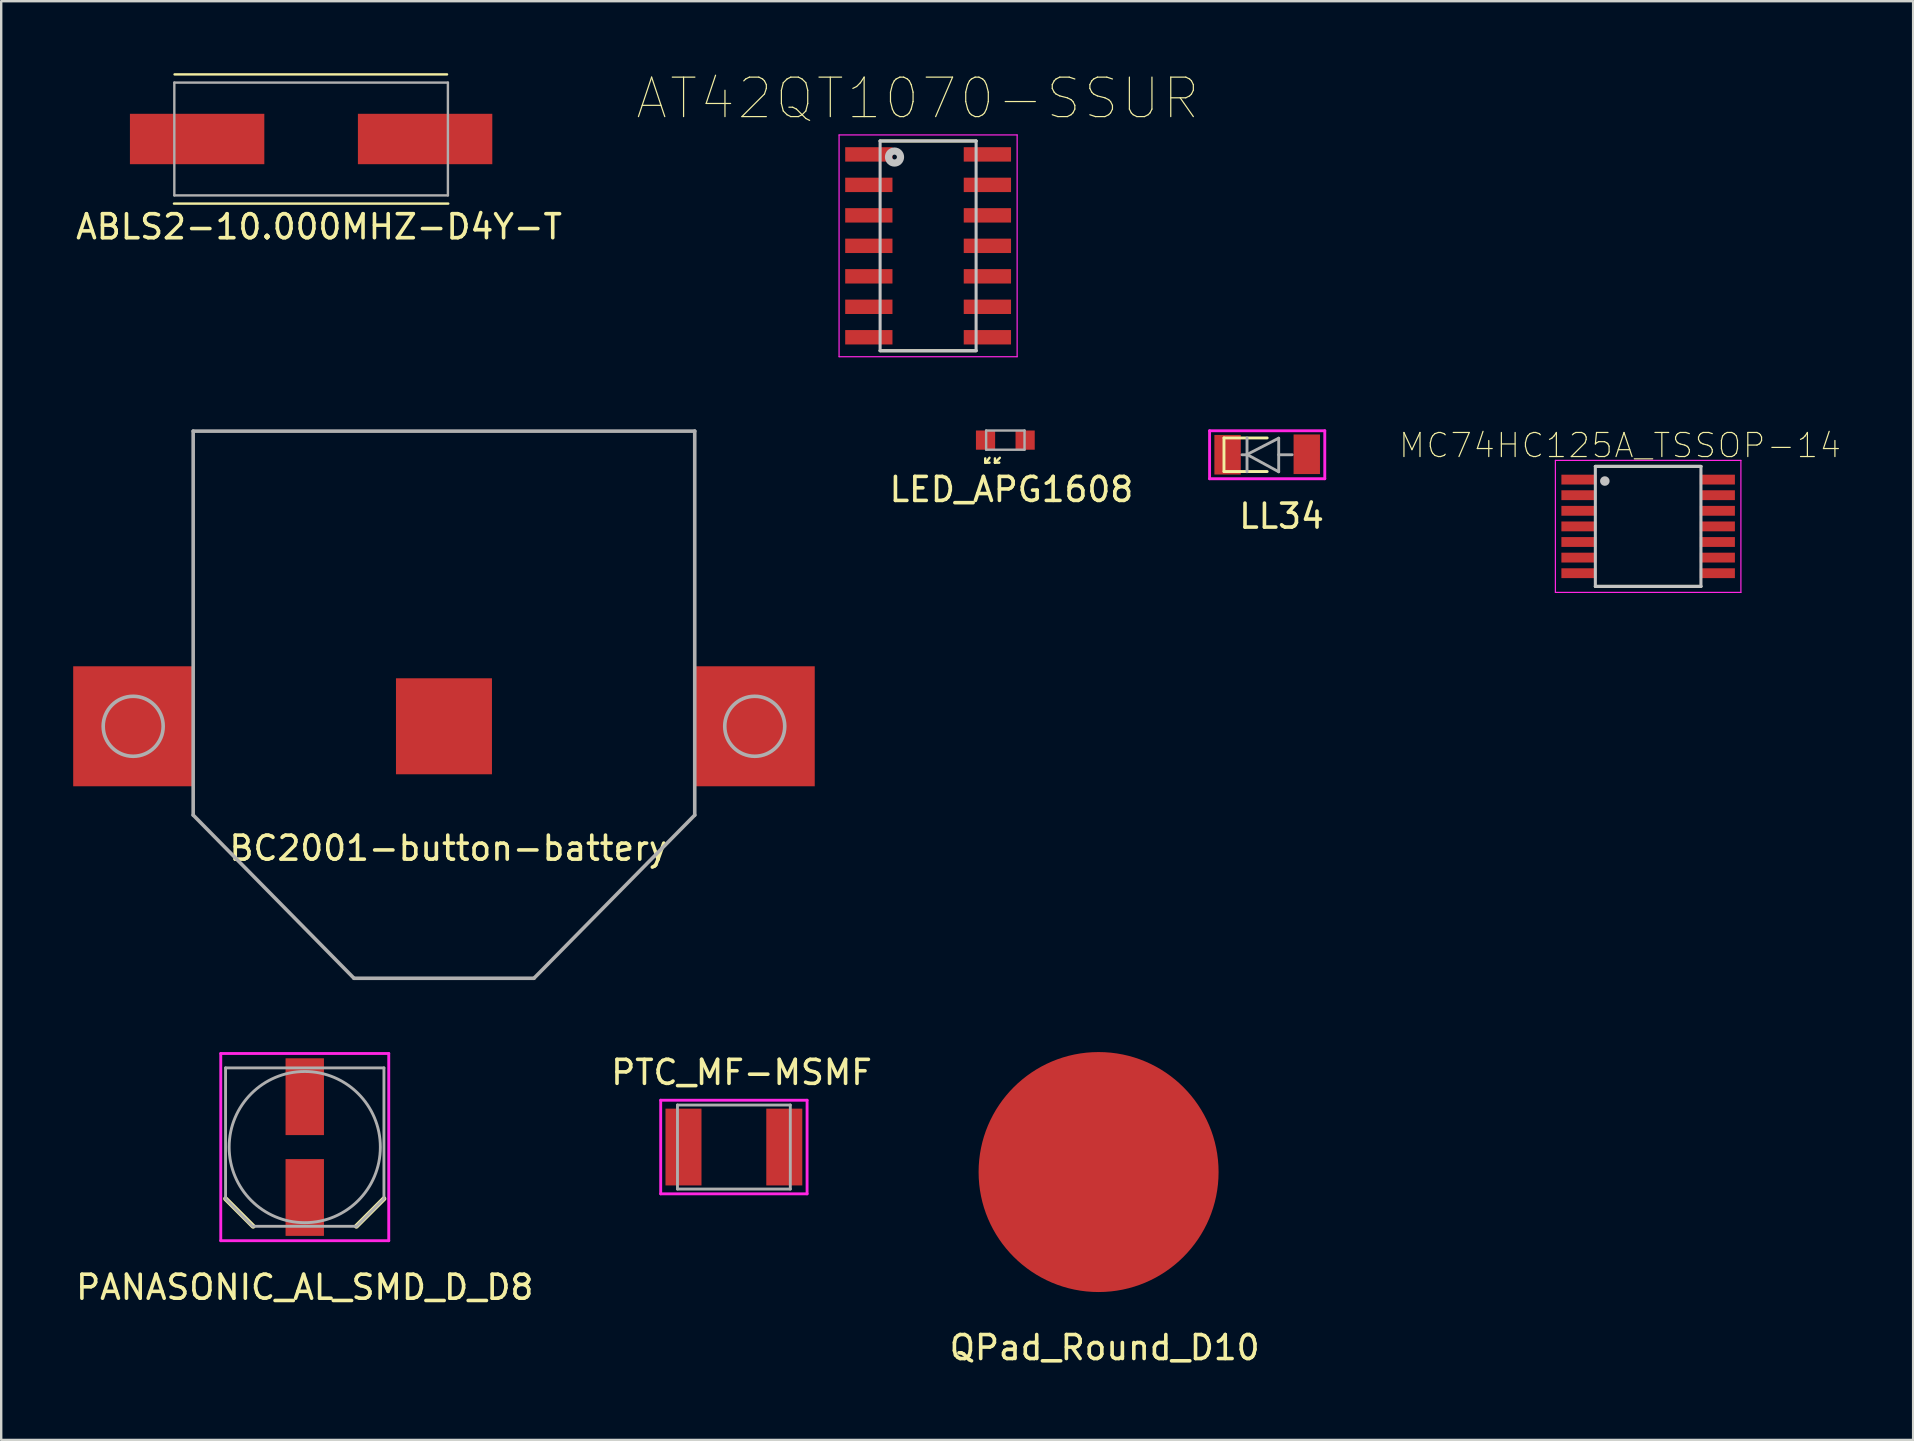
<source format=kicad_pcb>
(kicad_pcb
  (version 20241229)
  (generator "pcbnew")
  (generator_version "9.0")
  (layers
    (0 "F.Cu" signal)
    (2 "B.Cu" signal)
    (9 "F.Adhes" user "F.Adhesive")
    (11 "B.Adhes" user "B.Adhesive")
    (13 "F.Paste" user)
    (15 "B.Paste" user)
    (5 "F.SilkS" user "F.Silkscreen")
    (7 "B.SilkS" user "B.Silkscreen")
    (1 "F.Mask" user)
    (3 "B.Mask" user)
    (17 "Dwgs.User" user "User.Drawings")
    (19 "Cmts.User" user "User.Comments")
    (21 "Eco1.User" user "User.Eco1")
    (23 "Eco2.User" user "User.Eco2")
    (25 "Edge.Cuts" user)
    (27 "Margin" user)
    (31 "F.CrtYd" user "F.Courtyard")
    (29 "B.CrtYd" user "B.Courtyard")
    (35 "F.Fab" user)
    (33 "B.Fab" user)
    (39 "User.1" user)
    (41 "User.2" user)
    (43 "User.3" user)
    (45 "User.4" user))
  (footprint "ABLS2-10.000MHZ-D4Y-T"
    (layer "F.Cu")
    (at 9.914 2.742)
    (property "Reference" "ABLS2-10.000MHZ-D4Y-T" (at 0.33 3.658 0) (layer "F.SilkS") (effects (font (size 1 1) (thickness 0.15))))
    (attr through_hole)
    (fp_line (start -5.715 2.692) (end 5.715 2.692) (stroke (width 0.1) (type solid)) (layer "F.SilkS"))
    (fp_line (start -5.69 -2.692) (end 5.664 -2.692) (stroke (width 0.1) (type solid)) (layer "F.SilkS"))
    (fp_line (start -5.7 -2.35) (end -5.7 2.35) (stroke (width 0.1) (type solid)) (layer "F.Fab"))
    (fp_line (start -5.7 -2.35) (end 5.7 -2.35) (stroke (width 0.1) (type solid)) (layer "F.Fab"))
    (fp_line (start -5.7 2.35) (end 5.7 2.35) (stroke (width 0.1) (type solid)) (layer "F.Fab"))
    (fp_line (start 5.7 -2.35) (end 5.7 2.35) (stroke (width 0.1) (type solid)) (layer "F.Fab"))
    (pad "1" smd rect (at -4.75 0) (size 5.6 2.1) (layers "F.Cu" "F.Mask" "F.Paste"))
    (pad "2" smd rect (at 4.75 0) (size 5.6 2.1) (layers "F.Cu" "F.Mask" "F.Paste")))
  (footprint "BC2001-button-battery"
    (layer "F.Cu")
    (at 15.45 27.214)
    (property "Reference" "BC2001-button-battery" (at 0.183 5.08 0) (layer "F.SilkS") (effects (font (size 1 1) (thickness 0.15))))
    (attr through_hole)
    (fp_line (start -10.45 -12.3) (end -10.45 3.7) (stroke (width 0.15) (type solid)) (layer "F.Fab"))
    (fp_line (start -10.45 -12.3) (end 10.45 -12.3) (stroke (width 0.15) (type solid)) (layer "F.Fab"))
    (fp_line (start -10.45 3.7) (end -3.75 10.5) (stroke (width 0.15) (type solid)) (layer "F.Fab"))
    (fp_line (start -3.75 10.5) (end 3.75 10.5) (stroke (width 0.15) (type solid)) (layer "F.Fab"))
    (fp_line (start 10.45 -12.3) (end 10.45 3.7) (stroke (width 0.15) (type solid)) (layer "F.Fab"))
    (fp_line (start 10.45 3.7) (end 3.75 10.5) (stroke (width 0.15) (type solid)) (layer "F.Fab"))
    (fp_circle (center -12.95 0) (end -11.7 0) (stroke (width 0.15) (type solid)) (fill no) (layer "F.Fab"))
    (fp_circle (center 12.95 0) (end 14.2 0) (stroke (width 0.15) (type solid)) (fill no) (layer "F.Fab"))
    (pad "1" smd rect (at -12.95 0) (size 5 5) (layers "F.Cu" "F.Mask" "F.Paste"))
    (pad "1" smd rect (at 12.95 0) (size 5 5) (layers "F.Cu" "F.Mask" "F.Paste"))
    (pad "2" smd rect (at 0 0) (size 4 4) (layers "F.Cu" "F.Mask" "F.Paste")))
  (footprint "QPad_Round_D10"
    (layer "F.Cu")
    (at 42.728 45.789)
    (property "Reference" "QPad_Round_D10" (at 0.254 7.315 0) (layer "F.SilkS") (effects (font (size 1 1) (thickness 0.15))))
    (attr through_hole)
    (pad "1" smd circle (at 0 0) (size 10 10) (layers "F.Cu" "F.Mask" "F.Paste")))
  (footprint "LL34"
    (layer "F.Cu")
    (at 49.753 15.899)
    (property "Reference" "LL34" (at 0.6 2.56 0) (layer "F.SilkS") (effects (font (size 1 1) (thickness 0.15))))
    (attr through_hole)
    (fp_line (start -1.8 -0.7) (end -1.8 0.7) (stroke (width 0.12) (type solid)) (layer "F.SilkS"))
    (fp_line (start -1.8 -0.7) (end 0 -0.7) (stroke (width 0.12) (type solid)) (layer "F.SilkS"))
    (fp_line (start -1.8 0.7) (end 0 0.7) (stroke (width 0.12) (type solid)) (layer "F.SilkS"))
    (fp_line (start -2.4 -1) (end -2.4 1) (stroke (width 0.12) (type solid)) (layer "F.CrtYd"))
    (fp_line (start -2.4 -1) (end 2.4 -1) (stroke (width 0.12) (type solid)) (layer "F.CrtYd"))
    (fp_line (start -2.4 1) (end 2.4 1) (stroke (width 0.12) (type solid)) (layer "F.CrtYd"))
    (fp_line (start 2.4 -1) (end 2.4 1) (stroke (width 0.12) (type solid)) (layer "F.CrtYd"))
    (fp_line (start -1.05 0) (end -0.88 0) (stroke (width 0.12) (type solid)) (layer "F.Fab"))
    (fp_line (start -0.84 -0.7) (end -0.84 0.71) (stroke (width 0.12) (type solid)) (layer "F.Fab"))
    (fp_line (start -0.84 -0.01) (end 0.48 -0.69) (stroke (width 0.12) (type solid)) (layer "F.Fab"))
    (fp_line (start 0.48 -0.69) (end 0.48 0.71) (stroke (width 0.12) (type solid)) (layer "F.Fab"))
    (fp_line (start 0.48 0) (end 1.04 0) (stroke (width 0.12) (type solid)) (layer "F.Fab"))
    (fp_line (start 0.48 0.71) (end -0.84 -0.01) (stroke (width 0.12) (type solid)) (layer "F.Fab"))
    (pad "1" smd rect (at -1.65 0) (size 1.1 1.65) (layers "F.Cu" "F.Mask" "F.Paste"))
    (pad "2" smd rect (at 1.65 -0.02) (size 1.1 1.65) (layers "F.Cu" "F.Mask" "F.Paste")))
  (footprint "PTC_MF-MSMF"
    (layer "F.Cu")
    (at 27.531 44.747)
    (property "Reference" "PTC_MF-MSMF" (at 0.32 -3.11 0) (layer "F.SilkS") (effects (font (size 1 1) (thickness 0.15))))
    (attr through_hole)
    (fp_line (start -3.05 -1.95) (end -3.05 1.95) (stroke (width 0.12) (type solid)) (layer "F.CrtYd"))
    (fp_line (start -3.05 -1.95) (end 3.05 -1.95) (stroke (width 0.12) (type solid)) (layer "F.CrtYd"))
    (fp_line (start -3.05 1.95) (end 3.05 1.95) (stroke (width 0.12) (type solid)) (layer "F.CrtYd"))
    (fp_line (start 3.05 -1.95) (end 3.05 1.95) (stroke (width 0.12) (type solid)) (layer "F.CrtYd"))
    (fp_line (start -2.351 -1.751) (end -2.351 1.751) (stroke (width 0.12) (type solid)) (layer "F.Fab"))
    (fp_line (start -2.351 -1.751) (end 2.351 -1.751) (stroke (width 0.12) (type solid)) (layer "F.Fab"))
    (fp_line (start -2.351 1.751) (end 2.351 1.751) (stroke (width 0.12) (type solid)) (layer "F.Fab"))
    (fp_line (start 2.351 -1.751) (end 2.351 1.751) (stroke (width 0.12) (type solid)) (layer "F.Fab"))
    (pad "1" smd rect (at -2.1 0) (size 1.5 3.2) (layers "F.Cu" "F.Mask" "F.Paste"))
    (pad "2" smd rect (at 2.1 0) (size 1.5 3.2) (layers "F.Cu" "F.Mask" "F.Paste")))
  (footprint "AT42QT1070-SSUR"
    (layer "F.Cu")
    (at 35.624 7.194)
    (property "Reference" "AT42QT1070-SSUR" (at -0.431 -6.144 0) (layer "F.SilkS") (effects (font (size 1.646 1.646) (thickness 0.05))))
    (attr smd)
    (fp_line (start -2 -4.37) (end 2 -4.37) (stroke (width 0.127) (type solid)) (layer "F.SilkS"))
    (fp_line (start 2 4.37) (end -2 4.37) (stroke (width 0.127) (type solid)) (layer "F.SilkS"))
    (fp_line (start -2 -4.37) (end 2 -4.37) (stroke (width 0.127) (type solid)) (layer "Dwgs.User"))
    (fp_line (start -2 4.37) (end -2 -4.37) (stroke (width 0.127) (type solid)) (layer "Dwgs.User"))
    (fp_line (start 2 -4.37) (end 2 4.37) (stroke (width 0.127) (type solid)) (layer "Dwgs.User"))
    (fp_line (start 2 4.37) (end -2 4.37) (stroke (width 0.127) (type solid)) (layer "Dwgs.User"))
    (fp_circle (center -1.4 -3.7) (end -1.3 -3.7) (stroke (width 0.3) (type solid)) (fill no) (layer "Dwgs.User"))
    (fp_line (start -3.71 -4.62) (end 3.71 -4.62) (stroke (width 0.05) (type solid)) (layer "F.CrtYd"))
    (fp_line (start -3.71 4.62) (end -3.71 -4.62) (stroke (width 0.05) (type solid)) (layer "F.CrtYd"))
    (fp_line (start 3.71 -4.62) (end 3.71 4.62) (stroke (width 0.05) (type solid)) (layer "F.CrtYd"))
    (fp_line (start 3.71 4.62) (end -3.71 4.62) (stroke (width 0.05) (type solid)) (layer "F.CrtYd"))
    (pad "1" smd rect (at -2.47 -3.81) (size 1.97 0.6) (layers "F.Cu" "F.Mask" "F.Paste"))
    (pad "2" smd rect (at -2.47 -2.54) (size 1.97 0.6) (layers "F.Cu" "F.Mask" "F.Paste"))
    (pad "3" smd rect (at -2.47 -1.27) (size 1.97 0.6) (layers "F.Cu" "F.Mask" "F.Paste"))
    (pad "4" smd rect (at -2.47 0) (size 1.97 0.6) (layers "F.Cu" "F.Mask" "F.Paste"))
    (pad "5" smd rect (at -2.47 1.27) (size 1.97 0.6) (layers "F.Cu" "F.Mask" "F.Paste"))
    (pad "6" smd rect (at -2.47 2.54) (size 1.97 0.6) (layers "F.Cu" "F.Mask" "F.Paste"))
    (pad "7" smd rect (at -2.47 3.81) (size 1.97 0.6) (layers "F.Cu" "F.Mask" "F.Paste"))
    (pad "8" smd rect (at 2.47 3.81) (size 1.97 0.6) (layers "F.Cu" "F.Mask" "F.Paste"))
    (pad "9" smd rect (at 2.47 2.54) (size 1.97 0.6) (layers "F.Cu" "F.Mask" "F.Paste"))
    (pad "10" smd rect (at 2.47 1.27) (size 1.97 0.6) (layers "F.Cu" "F.Mask" "F.Paste"))
    (pad "11" smd rect (at 2.47 0) (size 1.97 0.6) (layers "F.Cu" "F.Mask" "F.Paste"))
    (pad "12" smd rect (at 2.47 -1.27) (size 1.97 0.6) (layers "F.Cu" "F.Mask" "F.Paste"))
    (pad "13" smd rect (at 2.47 -2.54) (size 1.97 0.6) (layers "F.Cu" "F.Mask" "F.Paste"))
    (pad "14" smd rect (at 2.47 -3.81) (size 1.97 0.6) (layers "F.Cu" "F.Mask" "F.Paste")))
  (footprint "MC74HC125A_TSSOP−14"
    (layer "F.Cu")
    (at 65.628 18.885)
    (property "Reference" "MC74HC125A_TSSOP−14" (at -1.173 -3.372 0) (layer "F.SilkS") (effects (font (size 1.003 1.003) (thickness 0.05))))
    (attr smd)
    (fp_line (start -2.2 -2.5) (end 2.2 -2.5) (stroke (width 0.127) (type solid)) (layer "F.SilkS"))
    (fp_line (start -2.2 2.5) (end 2.2 2.5) (stroke (width 0.127) (type solid)) (layer "F.SilkS"))
    (fp_line (start -2.2 -2.5) (end -2.2 2.5) (stroke (width 0.127) (type solid)) (layer "Dwgs.User"))
    (fp_line (start -2.2 -2.5) (end 2.2 -2.5) (stroke (width 0.127) (type solid)) (layer "Dwgs.User"))
    (fp_line (start -2.2 2.5) (end 2.2 2.5) (stroke (width 0.127) (type solid)) (layer "Dwgs.User"))
    (fp_line (start 2.2 -2.5) (end 2.2 2.5) (stroke (width 0.127) (type solid)) (layer "Dwgs.User"))
    (fp_circle (center -1.805 -1.89) (end -1.705 -1.89) (stroke (width 0.2) (type solid)) (fill no) (layer "Dwgs.User"))
    (fp_line (start -3.865 -2.75) (end -3.865 2.75) (stroke (width 0.05) (type solid)) (layer "F.CrtYd"))
    (fp_line (start -3.865 -2.75) (end 3.865 -2.75) (stroke (width 0.05) (type solid)) (layer "F.CrtYd"))
    (fp_line (start -3.865 2.75) (end 3.865 2.75) (stroke (width 0.05) (type solid)) (layer "F.CrtYd"))
    (fp_line (start 3.865 -2.75) (end 3.865 2.75) (stroke (width 0.05) (type solid)) (layer "F.CrtYd"))
    (pad "1" smd rect (at -2.885 -1.95) (size 1.46 0.41) (layers "F.Cu" "F.Mask" "F.Paste"))
    (pad "2" smd rect (at -2.885 -1.3) (size 1.46 0.41) (layers "F.Cu" "F.Mask" "F.Paste"))
    (pad "3" smd rect (at -2.885 -0.65) (size 1.46 0.41) (layers "F.Cu" "F.Mask" "F.Paste"))
    (pad "4" smd rect (at -2.885 0) (size 1.46 0.41) (layers "F.Cu" "F.Mask" "F.Paste"))
    (pad "5" smd rect (at -2.885 0.65) (size 1.46 0.41) (layers "F.Cu" "F.Mask" "F.Paste"))
    (pad "6" smd rect (at -2.885 1.3) (size 1.46 0.41) (layers "F.Cu" "F.Mask" "F.Paste"))
    (pad "7" smd rect (at -2.885 1.95) (size 1.46 0.41) (layers "F.Cu" "F.Mask" "F.Paste"))
    (pad "8" smd rect (at 2.885 1.95) (size 1.46 0.41) (layers "F.Cu" "F.Mask" "F.Paste"))
    (pad "9" smd rect (at 2.885 1.3) (size 1.46 0.41) (layers "F.Cu" "F.Mask" "F.Paste"))
    (pad "10" smd rect (at 2.885 0.65) (size 1.46 0.41) (layers "F.Cu" "F.Mask" "F.Paste"))
    (pad "11" smd rect (at 2.885 0) (size 1.46 0.41) (layers "F.Cu" "F.Mask" "F.Paste"))
    (pad "12" smd rect (at 2.885 -0.65) (size 1.46 0.41) (layers "F.Cu" "F.Mask" "F.Paste"))
    (pad "13" smd rect (at 2.885 -1.3) (size 1.46 0.41) (layers "F.Cu" "F.Mask" "F.Paste"))
    (pad "14" smd rect (at 2.885 -1.95) (size 1.46 0.41) (layers "F.Cu" "F.Mask" "F.Paste")))
  (footprint "PANASONIC_AL_SMD_D_D8"
    (layer "F.Cu")
    (at 9.649 44.749)
    (property "Reference" "PANASONIC_AL_SMD_D_D8" (at 0 5.842 0) (layer "F.SilkS") (effects (font (size 1 1) (thickness 0.15))))
    (attr through_hole)
    (fp_line (start -3.3 2.15) (end -2.15 3.3) (stroke (width 0.2) (type solid)) (layer "F.SilkS"))
    (fp_line (start 3.3 2.15) (end 2.15 3.3) (stroke (width 0.2) (type solid)) (layer "F.SilkS"))
    (fp_line (start -3.5 -3.9) (end -3.5 3.9) (stroke (width 0.12) (type solid)) (layer "F.CrtYd"))
    (fp_line (start -3.5 -3.9) (end 3.5 -3.9) (stroke (width 0.12) (type solid)) (layer "F.CrtYd"))
    (fp_line (start -3.5 3.9) (end 3.5 3.9) (stroke (width 0.12) (type solid)) (layer "F.CrtYd"))
    (fp_line (start 3.5 -3.9) (end 3.5 3.9) (stroke (width 0.12) (type solid)) (layer "F.CrtYd"))
    (fp_line (start -3.3 -3.3) (end -3.3 2.15) (stroke (width 0.12) (type solid)) (layer "F.Fab"))
    (fp_line (start -3.3 -3.3) (end 3.3 -3.3) (stroke (width 0.12) (type solid)) (layer "F.Fab"))
    (fp_line (start -3.3 2.15) (end -2.18 3.29) (stroke (width 0.12) (type solid)) (layer "F.Fab"))
    (fp_line (start -2.15 3.3) (end 2.15 3.3) (stroke (width 0.12) (type solid)) (layer "F.Fab"))
    (fp_line (start 2.16 3.3) (end 3.3 2.15) (stroke (width 0.12) (type solid)) (layer "F.Fab"))
    (fp_line (start 3.3 -3.3) (end 3.3 2.15) (stroke (width 0.12) (type solid)) (layer "F.Fab"))
    (fp_circle (center 0 0) (end 3.15 0) (stroke (width 0.12) (type solid)) (fill no) (layer "F.Fab"))
    (pad "1" smd rect (at 0 2.1) (size 1.6 3.2) (layers "F.Cu" "F.Mask" "F.Paste"))
    (pad "2" smd rect (at 0 -2.1) (size 1.6 3.2) (layers "F.Cu" "F.Mask" "F.Paste")))
  (footprint "LED_APG1608"
    (layer "F.Cu")
    (at 38.842 15.289)
    (property "Reference" "LED_APG1608" (at 0.254 2.057 0) (layer "F.SilkS") (effects (font (size 1 1) (thickness 0.15))))
    (attr through_hole)
    (fp_line (start -0.838 0.94) (end -0.838 0.762) (stroke (width 0.1) (type solid)) (layer "F.SilkS"))
    (fp_line (start -0.838 0.94) (end -0.66 0.94) (stroke (width 0.1) (type solid)) (layer "F.SilkS"))
    (fp_line (start -0.813 0.94) (end -0.66 0.737) (stroke (width 0.1) (type solid)) (layer "F.SilkS"))
    (fp_line (start -0.432 0.94) (end -0.432 0.762) (stroke (width 0.1) (type solid)) (layer "F.SilkS"))
    (fp_line (start -0.432 0.94) (end -0.254 0.94) (stroke (width 0.1) (type solid)) (layer "F.SilkS"))
    (fp_line (start -0.229 0.737) (end -0.432 0.94) (stroke (width 0.1) (type solid)) (layer "F.SilkS"))
    (fp_line (start -0.8 -0.4) (end -0.8 0.4) (stroke (width 0.1) (type solid)) (layer "F.Fab"))
    (fp_line (start -0.8 0.4) (end 0.8 0.4) (stroke (width 0.1) (type solid)) (layer "F.Fab"))
    (fp_line (start 0.8 -0.4) (end -0.8 -0.4) (stroke (width 0.1) (type solid)) (layer "F.Fab"))
    (fp_line (start 0.8 0.4) (end 0.8 -0.4) (stroke (width 0.1) (type solid)) (layer "F.Fab"))
    (pad "1" smd rect (at -0.825 0) (size 0.8 0.8) (layers "F.Cu" "F.Mask" "F.Paste"))
    (pad "2" smd rect (at 0.825 0) (size 0.8 0.8) (layers "F.Cu" "F.Mask" "F.Paste")))
  (gr_rect
    (start -3 -3)
    (end 76.67 56.952)
    (stroke (width 0.1) (type default))
    (fill no)
    (layer "Edge.Cuts")))
</source>
